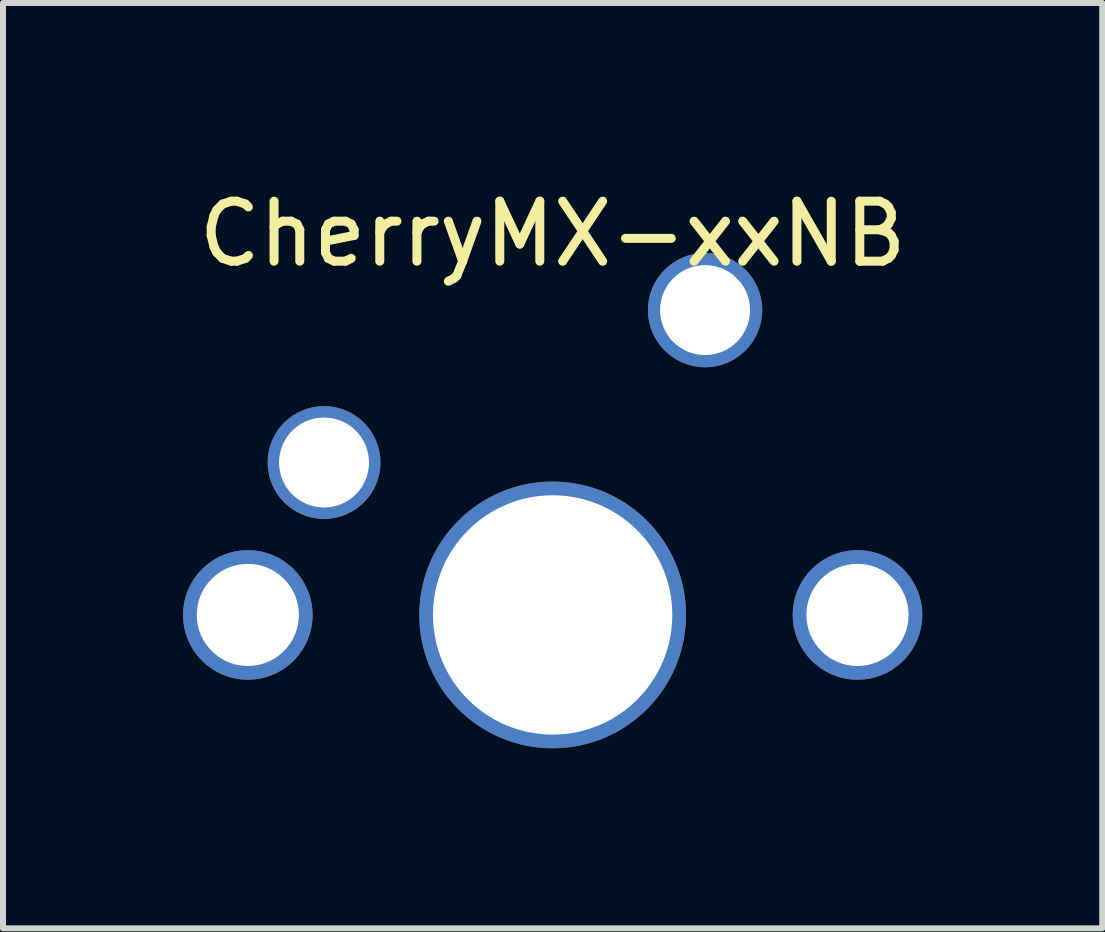
<source format=kicad_pcb>
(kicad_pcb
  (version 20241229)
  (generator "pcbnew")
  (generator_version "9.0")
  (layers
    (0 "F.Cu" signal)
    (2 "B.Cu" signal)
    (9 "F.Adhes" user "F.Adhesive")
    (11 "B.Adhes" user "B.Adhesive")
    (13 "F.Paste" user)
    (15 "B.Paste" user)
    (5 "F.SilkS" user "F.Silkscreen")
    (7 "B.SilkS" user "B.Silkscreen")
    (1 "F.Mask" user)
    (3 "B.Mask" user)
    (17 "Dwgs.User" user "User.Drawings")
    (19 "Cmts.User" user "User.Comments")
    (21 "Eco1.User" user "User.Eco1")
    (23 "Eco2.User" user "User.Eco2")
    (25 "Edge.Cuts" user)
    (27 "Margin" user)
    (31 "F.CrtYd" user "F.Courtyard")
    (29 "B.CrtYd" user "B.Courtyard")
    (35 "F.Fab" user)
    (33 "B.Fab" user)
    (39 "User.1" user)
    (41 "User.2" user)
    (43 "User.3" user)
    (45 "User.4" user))
  (footprint "CherryMX-xxNB"
    (layer "F.Cu")
    (at 6.16 7.198)
    (property "Reference" "CherryMX-xxNB" (at 0 -6.35 0) (layer "F.SilkS") (effects (font (size 1 1) (thickness 0.15))))
    (attr through_hole)
    (pad "" thru_hole circle (at -5.08 0) (size 2.159 2.159) (drill 1.702) (layers "*.Cu" "*.Mask"))
    (pad "" np_thru_hole circle (at 0 0) (size 4.445 4.445) (drill 3.988) (layers "*.Cu" "*.Mask"))
    (pad "" thru_hole circle (at 5.08 0) (size 2.159 2.159) (drill 1.702) (layers "*.Cu" "*.Mask"))
    (pad "1" thru_hole circle (at -3.81 -2.54) (size 1.88 1.88) (drill 1.499) (layers "*.Cu" "*.Mask"))
    (pad "2" thru_hole circle (at 2.54 -5.08) (size 1.905 1.905) (drill 1.499) (layers "*.Cu" "*.Mask")))
  (gr_rect
    (start -3 -3)
    (end 15.319 12.421)
    (stroke (width 0.1) (type default))
    (fill no)
    (layer "Edge.Cuts")))
</source>
